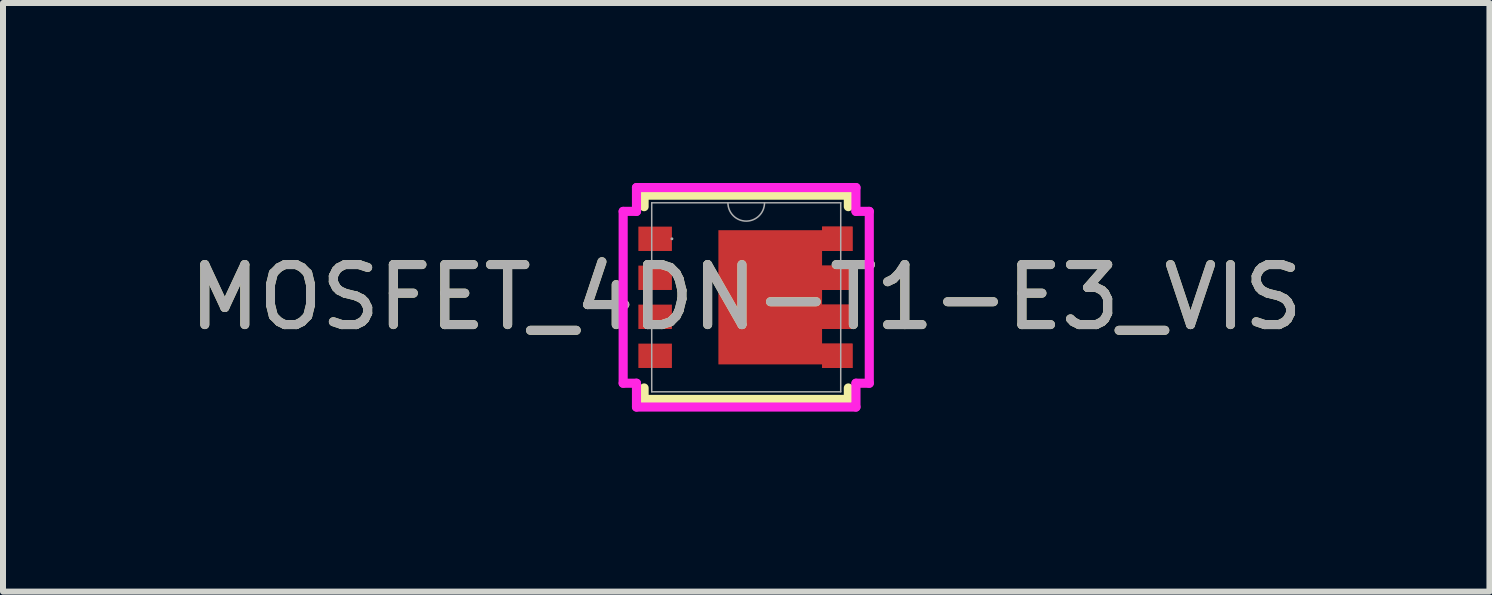
<source format=kicad_pcb>
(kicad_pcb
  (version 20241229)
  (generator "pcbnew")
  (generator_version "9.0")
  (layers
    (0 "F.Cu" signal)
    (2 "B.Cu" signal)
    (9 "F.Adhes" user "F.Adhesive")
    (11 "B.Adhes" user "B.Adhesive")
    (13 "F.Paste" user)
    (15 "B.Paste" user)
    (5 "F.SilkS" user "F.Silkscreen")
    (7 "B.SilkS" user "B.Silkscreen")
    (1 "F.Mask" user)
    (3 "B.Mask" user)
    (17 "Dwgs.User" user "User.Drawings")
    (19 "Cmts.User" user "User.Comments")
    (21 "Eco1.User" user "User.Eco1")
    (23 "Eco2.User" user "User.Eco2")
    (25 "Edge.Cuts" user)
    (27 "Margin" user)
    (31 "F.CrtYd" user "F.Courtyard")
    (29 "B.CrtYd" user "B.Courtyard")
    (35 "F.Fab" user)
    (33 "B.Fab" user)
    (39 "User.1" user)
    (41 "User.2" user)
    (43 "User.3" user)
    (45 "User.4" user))
  (footprint "MOSFET_4DN-T1-E3_VIS"
    (layer "F.Cu")
    (at 9.387 1.905)
    (property "Reference" "MOSFET_4DN-T1-E3_VIS" (at 0 0 0) (unlocked yes) (layer "F.SilkS") (effects (font (size 1 1) (thickness 0.15))))
    (attr smd)
    (fp_poly (pts (xy -0.464 -1.118) (xy 1.263 -1.118) (xy 1.264 -1.178) (xy 1.772 -1.178) (xy 1.772 -0.772) (xy 1.264 -0.772) (xy 1.264 -0.528) (xy 1.772 -0.528) (xy 1.772 -0.122) (xy 1.264 -0.122) (xy 1.264 0.122) (xy 1.772 0.122) (xy 1.772 0.528) (xy 1.264 0.528) (xy 1.264 0.772) (xy 1.772 0.772) (xy 1.772 1.178) (xy 1.264 1.178) (xy 1.263 1.118) (xy -0.464 1.118)) (stroke (width 0) (type solid)) (fill yes) (layer "F.Cu"))
    (fp_poly (pts (xy -0.464 -1.118) (xy 1.263 -1.118) (xy 1.264 -1.178) (xy 1.772 -1.178) (xy 1.772 -0.772) (xy 1.264 -0.772) (xy 1.264 -0.528) (xy 1.772 -0.528) (xy 1.772 -0.122) (xy 1.264 -0.122) (xy 1.264 0.122) (xy 1.772 0.122) (xy 1.772 0.528) (xy 1.264 0.528) (xy 1.264 0.772) (xy 1.772 0.772) (xy 1.772 1.178) (xy 1.264 1.178) (xy 1.263 1.118) (xy -0.464 1.118)) (stroke (width 0) (type solid)) (fill yes) (layer "F.Mask"))
    (fp_line (start -1.702 -1.702) (end -1.702 -1.511) (stroke (width 0.152) (type solid)) (layer "F.SilkS"))
    (fp_line (start -1.702 1.511) (end -1.702 1.702) (stroke (width 0.152) (type solid)) (layer "F.SilkS"))
    (fp_line (start -1.702 1.702) (end 1.702 1.702) (stroke (width 0.152) (type solid)) (layer "F.SilkS"))
    (fp_line (start 1.702 -1.702) (end -1.702 -1.702) (stroke (width 0.152) (type solid)) (layer "F.SilkS"))
    (fp_line (start 1.702 -1.511) (end 1.702 -1.702) (stroke (width 0.152) (type solid)) (layer "F.SilkS"))
    (fp_line (start 1.702 1.702) (end 1.702 1.511) (stroke (width 0.152) (type solid)) (layer "F.SilkS"))
    (fp_poly (pts (xy 1.772 1.178) (xy 1.264 1.178) (xy 1.263 1.118) (xy -0.464 1.118) (xy -0.464 -1.118) (xy 1.263 -1.118) (xy 1.264 -1.178) (xy 1.772 -1.178) (xy 1.772 -0.772) (xy 1.264 -0.772) (xy 1.264 -0.528) (xy 1.772 -0.528) (xy 1.772 -0.122) (xy 1.264 -0.122) (xy 1.264 0.122) (xy 1.772 0.122) (xy 1.772 0.528) (xy 1.264 0.528) (xy 1.264 0.772) (xy 1.772 0.772)) (stroke (width 0) (type solid)) (fill yes) (layer "F.Paste"))
    (fp_line (start -2.051 -1.432) (end -1.829 -1.432) (stroke (width 0.152) (type solid)) (layer "F.CrtYd"))
    (fp_line (start -2.051 1.432) (end -2.051 -1.432) (stroke (width 0.152) (type solid)) (layer "F.CrtYd"))
    (fp_line (start -2.051 1.432) (end -1.829 1.432) (stroke (width 0.152) (type solid)) (layer "F.CrtYd"))
    (fp_line (start -1.829 -1.829) (end 1.829 -1.829) (stroke (width 0.152) (type solid)) (layer "F.CrtYd"))
    (fp_line (start -1.829 -1.432) (end -1.829 -1.829) (stroke (width 0.152) (type solid)) (layer "F.CrtYd"))
    (fp_line (start -1.829 1.829) (end -1.829 1.432) (stroke (width 0.152) (type solid)) (layer "F.CrtYd"))
    (fp_line (start 1.829 -1.829) (end 1.829 -1.432) (stroke (width 0.152) (type solid)) (layer "F.CrtYd"))
    (fp_line (start 1.829 1.432) (end 1.829 1.829) (stroke (width 0.152) (type solid)) (layer "F.CrtYd"))
    (fp_line (start 1.829 1.829) (end -1.829 1.829) (stroke (width 0.152) (type solid)) (layer "F.CrtYd"))
    (fp_line (start 2.051 -1.432) (end 1.829 -1.432) (stroke (width 0.152) (type solid)) (layer "F.CrtYd"))
    (fp_line (start 2.051 -1.432) (end 2.051 1.432) (stroke (width 0.152) (type solid)) (layer "F.CrtYd"))
    (fp_line (start 2.051 1.432) (end 1.829 1.432) (stroke (width 0.152) (type solid)) (layer "F.CrtYd"))
    (fp_line (start -1.575 -1.575) (end -1.575 1.575) (stroke (width 0.025) (type solid)) (layer "F.Fab"))
    (fp_line (start -1.575 1.575) (end 1.575 1.575) (stroke (width 0.025) (type solid)) (layer "F.Fab"))
    (fp_line (start 1.575 -1.575) (end -1.575 -1.575) (stroke (width 0.025) (type solid)) (layer "F.Fab"))
    (fp_line (start 1.575 1.575) (end 1.575 -1.575) (stroke (width 0.025) (type solid)) (layer "F.Fab"))
    (fp_arc (start 0.3048 -1.5748) (mid 0 -1.27) (end -0.3048 -1.5748) (stroke (width 0.0254) (type solid)) (layer "F.Fab"))
    (fp_circle (center -1.238 -0.975) (end -1.238 -0.975) (stroke (width 0.025) (type solid)) (fill no) (layer "F.Fab"))
    (fp_text user "${REFERENCE}" (at 0 0 0) (unlocked yes) (layer "F.Fab") (effects (font (size 1 1) (thickness 0.15))))
    (pad "1" smd rect (at -1.518 -0.975) (size 0.559 0.406) (layers "F.Cu" "F.Mask" "F.Paste"))
    (pad "2" smd rect (at -1.518 -0.325) (size 0.559 0.406) (layers "F.Cu" "F.Mask" "F.Paste"))
    (pad "3" smd rect (at -1.518 0.325) (size 0.559 0.406) (layers "F.Cu" "F.Mask" "F.Paste"))
    (pad "4" smd rect (at -1.518 0.975) (size 0.559 0.406) (layers "F.Cu" "F.Mask" "F.Paste"))
    (pad "5" smd rect (at 1.518 0.975) (size 0.508 0.406) (layers "F.Cu" "F.Mask" "F.Paste"))
    (pad "6" smd rect (at 1.518 0.325) (size 0.508 0.406) (layers "F.Cu" "F.Mask" "F.Paste"))
    (pad "7" smd rect (at 1.518 -0.325) (size 0.508 0.406) (layers "F.Cu" "F.Mask" "F.Paste"))
    (pad "8" smd rect (at 1.518 -0.975) (size 0.508 0.406) (layers "F.Cu" "F.Mask" "F.Paste")))
  (gr_rect
    (start -3 -3)
    (end 21.774 6.81)
    (stroke (width 0.1) (type default))
    (fill no)
    (layer "Edge.Cuts")))
</source>
